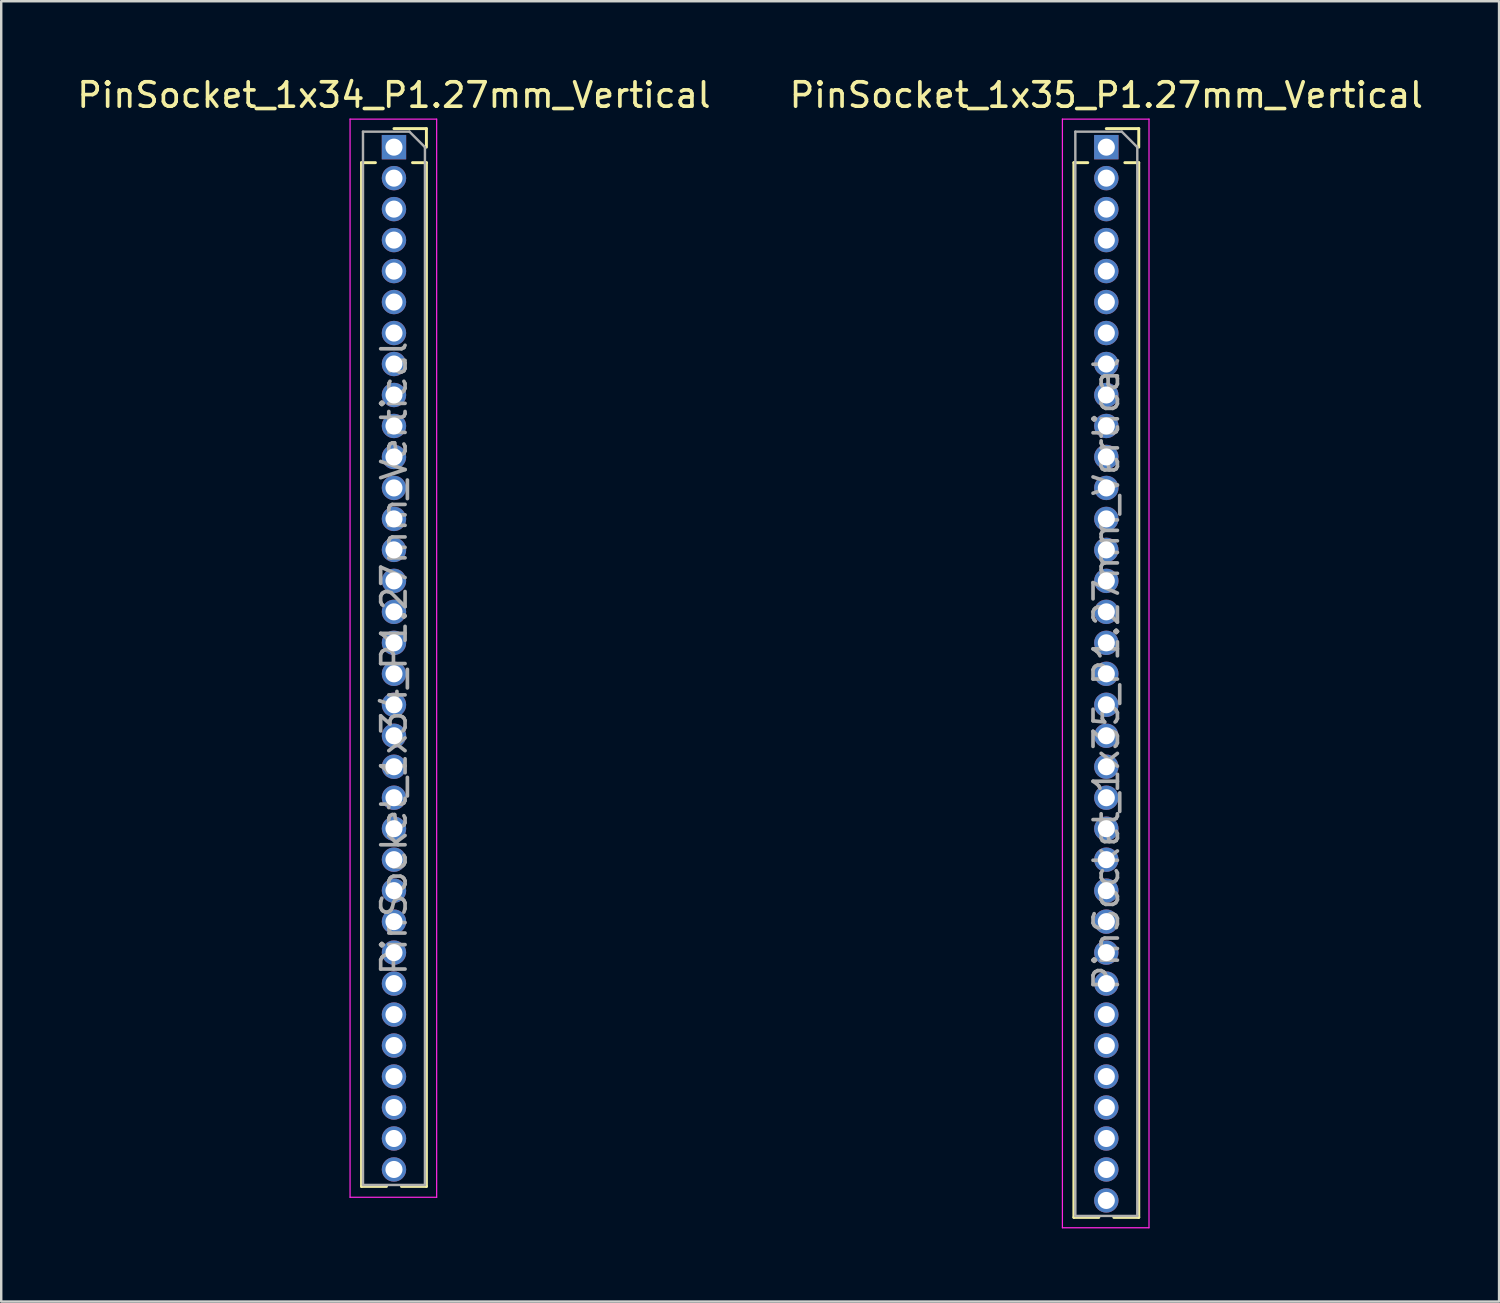
<source format=kicad_pcb>
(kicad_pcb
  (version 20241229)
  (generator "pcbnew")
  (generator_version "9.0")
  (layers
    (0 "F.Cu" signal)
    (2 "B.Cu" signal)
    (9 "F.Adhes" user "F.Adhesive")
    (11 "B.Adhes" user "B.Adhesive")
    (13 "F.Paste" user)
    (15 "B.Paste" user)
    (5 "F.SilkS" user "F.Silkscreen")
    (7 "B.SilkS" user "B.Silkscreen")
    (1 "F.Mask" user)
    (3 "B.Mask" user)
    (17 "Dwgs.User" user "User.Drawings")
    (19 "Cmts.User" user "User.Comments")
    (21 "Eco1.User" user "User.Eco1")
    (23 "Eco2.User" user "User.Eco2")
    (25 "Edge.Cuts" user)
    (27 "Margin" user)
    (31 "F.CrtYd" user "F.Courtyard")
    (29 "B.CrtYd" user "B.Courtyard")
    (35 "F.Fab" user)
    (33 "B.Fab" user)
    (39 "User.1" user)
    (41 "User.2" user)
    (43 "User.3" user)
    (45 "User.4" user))
  (footprint "PinSocket_1x35_P1.27mm_Vertical"
    (layer "F.Cu")
    (at 42.304 2.983)
    (property "Reference" "PinSocket_1x35_P1.27mm_Vertical" (at 0 -2.135 0) (layer "F.SilkS") (effects (font (size 1 1) (thickness 0.15))))
    (attr through_hole)
    (fp_line (start -1.33 0.635) (end -1.33 43.875) (stroke (width 0.12) (type solid)) (layer "F.SilkS"))
    (fp_line (start -1.33 0.635) (end -0.76 0.635) (stroke (width 0.12) (type solid)) (layer "F.SilkS"))
    (fp_line (start -1.33 43.875) (end -0.308 43.875) (stroke (width 0.12) (type solid)) (layer "F.SilkS"))
    (fp_line (start 0 -0.76) (end 1.33 -0.76) (stroke (width 0.12) (type solid)) (layer "F.SilkS"))
    (fp_line (start 0.308 43.875) (end 1.33 43.875) (stroke (width 0.12) (type solid)) (layer "F.SilkS"))
    (fp_line (start 0.76 0.635) (end 1.33 0.635) (stroke (width 0.12) (type solid)) (layer "F.SilkS"))
    (fp_line (start 1.33 -0.76) (end 1.33 0) (stroke (width 0.12) (type solid)) (layer "F.SilkS"))
    (fp_line (start 1.33 0.635) (end 1.33 43.875) (stroke (width 0.12) (type solid)) (layer "F.SilkS"))
    (fp_line (start -1.8 -1.15) (end 1.75 -1.15) (stroke (width 0.05) (type solid)) (layer "F.CrtYd"))
    (fp_line (start -1.8 44.3) (end -1.8 -1.15) (stroke (width 0.05) (type solid)) (layer "F.CrtYd"))
    (fp_line (start 1.75 -1.15) (end 1.75 44.3) (stroke (width 0.05) (type solid)) (layer "F.CrtYd"))
    (fp_line (start 1.75 44.3) (end -1.8 44.3) (stroke (width 0.05) (type solid)) (layer "F.CrtYd"))
    (fp_line (start -1.27 -0.635) (end 0.635 -0.635) (stroke (width 0.1) (type solid)) (layer "F.Fab"))
    (fp_line (start -1.27 43.815) (end -1.27 -0.635) (stroke (width 0.1) (type solid)) (layer "F.Fab"))
    (fp_line (start 0.635 -0.635) (end 1.27 0) (stroke (width 0.1) (type solid)) (layer "F.Fab"))
    (fp_line (start 1.27 0) (end 1.27 43.815) (stroke (width 0.1) (type solid)) (layer "F.Fab"))
    (fp_line (start 1.27 43.815) (end -1.27 43.815) (stroke (width 0.1) (type solid)) (layer "F.Fab"))
    (fp_text user "${REFERENCE}" (at 0 21.59 90) (layer "F.Fab") (effects (font (size 1 1) (thickness 0.15))))
    (pad "1" thru_hole rect (at 0 0) (size 1 1) (drill 0.7) (layers "*.Cu" "*.Mask"))
    (pad "2" thru_hole oval (at 0 1.27) (size 1 1) (drill 0.7) (layers "*.Cu" "*.Mask"))
    (pad "3" thru_hole oval (at 0 2.54) (size 1 1) (drill 0.7) (layers "*.Cu" "*.Mask"))
    (pad "4" thru_hole oval (at 0 3.81) (size 1 1) (drill 0.7) (layers "*.Cu" "*.Mask"))
    (pad "5" thru_hole oval (at 0 5.08) (size 1 1) (drill 0.7) (layers "*.Cu" "*.Mask"))
    (pad "6" thru_hole oval (at 0 6.35) (size 1 1) (drill 0.7) (layers "*.Cu" "*.Mask"))
    (pad "7" thru_hole oval (at 0 7.62) (size 1 1) (drill 0.7) (layers "*.Cu" "*.Mask"))
    (pad "8" thru_hole oval (at 0 8.89) (size 1 1) (drill 0.7) (layers "*.Cu" "*.Mask"))
    (pad "9" thru_hole oval (at 0 10.16) (size 1 1) (drill 0.7) (layers "*.Cu" "*.Mask"))
    (pad "10" thru_hole oval (at 0 11.43) (size 1 1) (drill 0.7) (layers "*.Cu" "*.Mask"))
    (pad "11" thru_hole oval (at 0 12.7) (size 1 1) (drill 0.7) (layers "*.Cu" "*.Mask"))
    (pad "12" thru_hole oval (at 0 13.97) (size 1 1) (drill 0.7) (layers "*.Cu" "*.Mask"))
    (pad "13" thru_hole oval (at 0 15.24) (size 1 1) (drill 0.7) (layers "*.Cu" "*.Mask"))
    (pad "14" thru_hole oval (at 0 16.51) (size 1 1) (drill 0.7) (layers "*.Cu" "*.Mask"))
    (pad "15" thru_hole oval (at 0 17.78) (size 1 1) (drill 0.7) (layers "*.Cu" "*.Mask"))
    (pad "16" thru_hole oval (at 0 19.05) (size 1 1) (drill 0.7) (layers "*.Cu" "*.Mask"))
    (pad "17" thru_hole oval (at 0 20.32) (size 1 1) (drill 0.7) (layers "*.Cu" "*.Mask"))
    (pad "18" thru_hole oval (at 0 21.59) (size 1 1) (drill 0.7) (layers "*.Cu" "*.Mask"))
    (pad "19" thru_hole oval (at 0 22.86) (size 1 1) (drill 0.7) (layers "*.Cu" "*.Mask"))
    (pad "20" thru_hole oval (at 0 24.13) (size 1 1) (drill 0.7) (layers "*.Cu" "*.Mask"))
    (pad "21" thru_hole oval (at 0 25.4) (size 1 1) (drill 0.7) (layers "*.Cu" "*.Mask"))
    (pad "22" thru_hole oval (at 0 26.67) (size 1 1) (drill 0.7) (layers "*.Cu" "*.Mask"))
    (pad "23" thru_hole oval (at 0 27.94) (size 1 1) (drill 0.7) (layers "*.Cu" "*.Mask"))
    (pad "24" thru_hole oval (at 0 29.21) (size 1 1) (drill 0.7) (layers "*.Cu" "*.Mask"))
    (pad "25" thru_hole oval (at 0 30.48) (size 1 1) (drill 0.7) (layers "*.Cu" "*.Mask"))
    (pad "26" thru_hole oval (at 0 31.75) (size 1 1) (drill 0.7) (layers "*.Cu" "*.Mask"))
    (pad "27" thru_hole oval (at 0 33.02) (size 1 1) (drill 0.7) (layers "*.Cu" "*.Mask"))
    (pad "28" thru_hole oval (at 0 34.29) (size 1 1) (drill 0.7) (layers "*.Cu" "*.Mask"))
    (pad "29" thru_hole oval (at 0 35.56) (size 1 1) (drill 0.7) (layers "*.Cu" "*.Mask"))
    (pad "30" thru_hole oval (at 0 36.83) (size 1 1) (drill 0.7) (layers "*.Cu" "*.Mask"))
    (pad "31" thru_hole oval (at 0 38.1) (size 1 1) (drill 0.7) (layers "*.Cu" "*.Mask"))
    (pad "32" thru_hole oval (at 0 39.37) (size 1 1) (drill 0.7) (layers "*.Cu" "*.Mask"))
    (pad "33" thru_hole oval (at 0 40.64) (size 1 1) (drill 0.7) (layers "*.Cu" "*.Mask"))
    (pad "34" thru_hole oval (at 0 41.91) (size 1 1) (drill 0.7) (layers "*.Cu" "*.Mask"))
    (pad "35" thru_hole oval (at 0 43.18) (size 1 1) (drill 0.7) (layers "*.Cu" "*.Mask")))
  (footprint "PinSocket_1x34_P1.27mm_Vertical"
    (layer "F.Cu")
    (at 13.101 2.983)
    (property "Reference" "PinSocket_1x34_P1.27mm_Vertical" (at 0 -2.135 0) (layer "F.SilkS") (effects (font (size 1 1) (thickness 0.15))))
    (attr through_hole)
    (fp_line (start -1.33 0.635) (end -1.33 42.605) (stroke (width 0.12) (type solid)) (layer "F.SilkS"))
    (fp_line (start -1.33 0.635) (end -0.76 0.635) (stroke (width 0.12) (type solid)) (layer "F.SilkS"))
    (fp_line (start -1.33 42.605) (end -0.308 42.605) (stroke (width 0.12) (type solid)) (layer "F.SilkS"))
    (fp_line (start 0 -0.76) (end 1.33 -0.76) (stroke (width 0.12) (type solid)) (layer "F.SilkS"))
    (fp_line (start 0.308 42.605) (end 1.33 42.605) (stroke (width 0.12) (type solid)) (layer "F.SilkS"))
    (fp_line (start 0.76 0.635) (end 1.33 0.635) (stroke (width 0.12) (type solid)) (layer "F.SilkS"))
    (fp_line (start 1.33 -0.76) (end 1.33 0) (stroke (width 0.12) (type solid)) (layer "F.SilkS"))
    (fp_line (start 1.33 0.635) (end 1.33 42.605) (stroke (width 0.12) (type solid)) (layer "F.SilkS"))
    (fp_line (start -1.8 -1.15) (end 1.75 -1.15) (stroke (width 0.05) (type solid)) (layer "F.CrtYd"))
    (fp_line (start -1.8 43.05) (end -1.8 -1.15) (stroke (width 0.05) (type solid)) (layer "F.CrtYd"))
    (fp_line (start 1.75 -1.15) (end 1.75 43.05) (stroke (width 0.05) (type solid)) (layer "F.CrtYd"))
    (fp_line (start 1.75 43.05) (end -1.8 43.05) (stroke (width 0.05) (type solid)) (layer "F.CrtYd"))
    (fp_line (start -1.27 -0.635) (end 0.635 -0.635) (stroke (width 0.1) (type solid)) (layer "F.Fab"))
    (fp_line (start -1.27 42.545) (end -1.27 -0.635) (stroke (width 0.1) (type solid)) (layer "F.Fab"))
    (fp_line (start 0.635 -0.635) (end 1.27 0) (stroke (width 0.1) (type solid)) (layer "F.Fab"))
    (fp_line (start 1.27 0) (end 1.27 42.545) (stroke (width 0.1) (type solid)) (layer "F.Fab"))
    (fp_line (start 1.27 42.545) (end -1.27 42.545) (stroke (width 0.1) (type solid)) (layer "F.Fab"))
    (fp_text user "${REFERENCE}" (at 0 20.955 90) (layer "F.Fab") (effects (font (size 1 1) (thickness 0.15))))
    (pad "1" thru_hole rect (at 0 0) (size 1 1) (drill 0.7) (layers "*.Cu" "*.Mask"))
    (pad "2" thru_hole oval (at 0 1.27) (size 1 1) (drill 0.7) (layers "*.Cu" "*.Mask"))
    (pad "3" thru_hole oval (at 0 2.54) (size 1 1) (drill 0.7) (layers "*.Cu" "*.Mask"))
    (pad "4" thru_hole oval (at 0 3.81) (size 1 1) (drill 0.7) (layers "*.Cu" "*.Mask"))
    (pad "5" thru_hole oval (at 0 5.08) (size 1 1) (drill 0.7) (layers "*.Cu" "*.Mask"))
    (pad "6" thru_hole oval (at 0 6.35) (size 1 1) (drill 0.7) (layers "*.Cu" "*.Mask"))
    (pad "7" thru_hole oval (at 0 7.62) (size 1 1) (drill 0.7) (layers "*.Cu" "*.Mask"))
    (pad "8" thru_hole oval (at 0 8.89) (size 1 1) (drill 0.7) (layers "*.Cu" "*.Mask"))
    (pad "9" thru_hole oval (at 0 10.16) (size 1 1) (drill 0.7) (layers "*.Cu" "*.Mask"))
    (pad "10" thru_hole oval (at 0 11.43) (size 1 1) (drill 0.7) (layers "*.Cu" "*.Mask"))
    (pad "11" thru_hole oval (at 0 12.7) (size 1 1) (drill 0.7) (layers "*.Cu" "*.Mask"))
    (pad "12" thru_hole oval (at 0 13.97) (size 1 1) (drill 0.7) (layers "*.Cu" "*.Mask"))
    (pad "13" thru_hole oval (at 0 15.24) (size 1 1) (drill 0.7) (layers "*.Cu" "*.Mask"))
    (pad "14" thru_hole oval (at 0 16.51) (size 1 1) (drill 0.7) (layers "*.Cu" "*.Mask"))
    (pad "15" thru_hole oval (at 0 17.78) (size 1 1) (drill 0.7) (layers "*.Cu" "*.Mask"))
    (pad "16" thru_hole oval (at 0 19.05) (size 1 1) (drill 0.7) (layers "*.Cu" "*.Mask"))
    (pad "17" thru_hole oval (at 0 20.32) (size 1 1) (drill 0.7) (layers "*.Cu" "*.Mask"))
    (pad "18" thru_hole oval (at 0 21.59) (size 1 1) (drill 0.7) (layers "*.Cu" "*.Mask"))
    (pad "19" thru_hole oval (at 0 22.86) (size 1 1) (drill 0.7) (layers "*.Cu" "*.Mask"))
    (pad "20" thru_hole oval (at 0 24.13) (size 1 1) (drill 0.7) (layers "*.Cu" "*.Mask"))
    (pad "21" thru_hole oval (at 0 25.4) (size 1 1) (drill 0.7) (layers "*.Cu" "*.Mask"))
    (pad "22" thru_hole oval (at 0 26.67) (size 1 1) (drill 0.7) (layers "*.Cu" "*.Mask"))
    (pad "23" thru_hole oval (at 0 27.94) (size 1 1) (drill 0.7) (layers "*.Cu" "*.Mask"))
    (pad "24" thru_hole oval (at 0 29.21) (size 1 1) (drill 0.7) (layers "*.Cu" "*.Mask"))
    (pad "25" thru_hole oval (at 0 30.48) (size 1 1) (drill 0.7) (layers "*.Cu" "*.Mask"))
    (pad "26" thru_hole oval (at 0 31.75) (size 1 1) (drill 0.7) (layers "*.Cu" "*.Mask"))
    (pad "27" thru_hole oval (at 0 33.02) (size 1 1) (drill 0.7) (layers "*.Cu" "*.Mask"))
    (pad "28" thru_hole oval (at 0 34.29) (size 1 1) (drill 0.7) (layers "*.Cu" "*.Mask"))
    (pad "29" thru_hole oval (at 0 35.56) (size 1 1) (drill 0.7) (layers "*.Cu" "*.Mask"))
    (pad "30" thru_hole oval (at 0 36.83) (size 1 1) (drill 0.7) (layers "*.Cu" "*.Mask"))
    (pad "31" thru_hole oval (at 0 38.1) (size 1 1) (drill 0.7) (layers "*.Cu" "*.Mask"))
    (pad "32" thru_hole oval (at 0 39.37) (size 1 1) (drill 0.7) (layers "*.Cu" "*.Mask"))
    (pad "33" thru_hole oval (at 0 40.64) (size 1 1) (drill 0.7) (layers "*.Cu" "*.Mask"))
    (pad "34" thru_hole oval (at 0 41.91) (size 1 1) (drill 0.7) (layers "*.Cu" "*.Mask")))
  (gr_rect
    (start -3 -3)
    (end 58.405 50.308)
    (stroke (width 0.1) (type default))
    (fill no)
    (layer "Edge.Cuts")))
</source>
